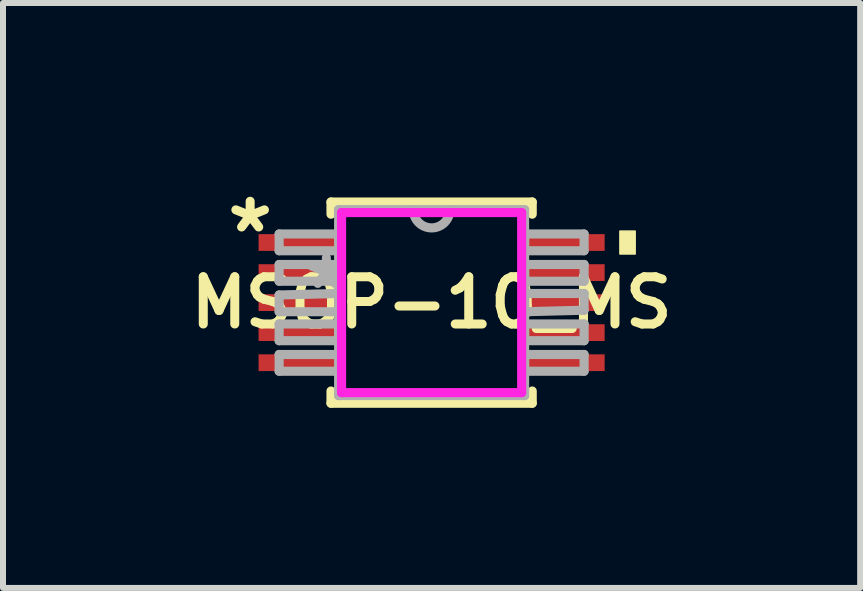
<source format=kicad_pcb>
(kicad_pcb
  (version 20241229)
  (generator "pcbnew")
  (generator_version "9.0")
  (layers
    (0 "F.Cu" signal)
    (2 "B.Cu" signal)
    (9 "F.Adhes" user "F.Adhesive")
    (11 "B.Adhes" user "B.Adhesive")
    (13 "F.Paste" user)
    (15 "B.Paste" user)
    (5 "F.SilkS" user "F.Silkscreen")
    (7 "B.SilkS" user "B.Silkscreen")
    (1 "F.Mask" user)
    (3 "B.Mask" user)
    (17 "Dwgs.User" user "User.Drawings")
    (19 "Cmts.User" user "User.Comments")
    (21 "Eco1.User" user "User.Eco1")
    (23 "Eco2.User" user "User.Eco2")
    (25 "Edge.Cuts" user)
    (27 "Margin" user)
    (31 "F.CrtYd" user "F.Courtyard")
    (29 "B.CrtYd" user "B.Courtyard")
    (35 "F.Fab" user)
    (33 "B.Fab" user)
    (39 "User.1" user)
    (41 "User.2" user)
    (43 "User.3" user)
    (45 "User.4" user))
  (footprint "MSOP-10_MS"
    (layer "F.Cu")
    (at 4.14 1.991)
    (property "Reference" "MSOP-10_MS" (at 0 0 0) (layer "F.SilkS") (effects (font (size 0.787 0.787) (thickness 0.15))))
    (attr smd)
    (fp_line (start -1.676 -1.676) (end -1.676 -1.473) (stroke (width 0.152) (type solid)) (layer "F.SilkS"))
    (fp_line (start -1.676 1.473) (end -1.676 1.676) (stroke (width 0.152) (type solid)) (layer "F.SilkS"))
    (fp_line (start -1.676 1.676) (end 1.676 1.676) (stroke (width 0.152) (type solid)) (layer "F.SilkS"))
    (fp_line (start 1.676 -1.676) (end -1.676 -1.676) (stroke (width 0.152) (type solid)) (layer "F.SilkS"))
    (fp_line (start 1.676 -1.473) (end 1.676 -1.676) (stroke (width 0.152) (type solid)) (layer "F.SilkS"))
    (fp_line (start 1.676 1.676) (end 1.676 1.473) (stroke (width 0.152) (type solid)) (layer "F.SilkS"))
    (fp_poly (pts (xy 3.391 -1.191) (xy 3.391 -0.81) (xy 3.137 -0.81) (xy 3.137 -1.191)) (stroke (width 0.025) (type solid)) (fill yes) (layer "F.SilkS"))
    (fp_line (start -1.5 -1.5) (end -1.5 1.5) (stroke (width 0.152) (type solid)) (layer "F.CrtYd"))
    (fp_line (start 1.5 -1.5) (end -1.5 -1.5) (stroke (width 0.152) (type solid)) (layer "F.CrtYd"))
    (fp_line (start 1.5 -1.5) (end 1.5 1.5) (stroke (width 0.152) (type solid)) (layer "F.CrtYd"))
    (fp_line (start 1.5 1.5) (end -1.5 1.5) (stroke (width 0.152) (type solid)) (layer "F.CrtYd"))
    (fp_line (start -2.54 -1.143) (end -2.54 -0.864) (stroke (width 0.152) (type solid)) (layer "F.Fab"))
    (fp_line (start -2.54 -0.864) (end -1.549 -0.864) (stroke (width 0.152) (type solid)) (layer "F.Fab"))
    (fp_line (start -2.54 -0.635) (end -2.54 -0.356) (stroke (width 0.152) (type solid)) (layer "F.Fab"))
    (fp_line (start -2.54 -0.356) (end -1.549 -0.356) (stroke (width 0.152) (type solid)) (layer "F.Fab"))
    (fp_line (start -2.54 -0.127) (end -2.54 0.152) (stroke (width 0.152) (type solid)) (layer "F.Fab"))
    (fp_line (start -2.54 0.152) (end -1.549 0.152) (stroke (width 0.152) (type solid)) (layer "F.Fab"))
    (fp_line (start -2.54 0.356) (end -2.54 0.635) (stroke (width 0.152) (type solid)) (layer "F.Fab"))
    (fp_line (start -2.54 0.635) (end -1.549 0.635) (stroke (width 0.152) (type solid)) (layer "F.Fab"))
    (fp_line (start -2.54 0.864) (end -2.54 1.143) (stroke (width 0.152) (type solid)) (layer "F.Fab"))
    (fp_line (start -2.54 1.143) (end -1.549 1.143) (stroke (width 0.152) (type solid)) (layer "F.Fab"))
    (fp_line (start -1.549 -1.549) (end -1.549 1.549) (stroke (width 0.152) (type solid)) (layer "F.Fab"))
    (fp_line (start -1.549 -1.143) (end -2.54 -1.143) (stroke (width 0.152) (type solid)) (layer "F.Fab"))
    (fp_line (start -1.549 -0.864) (end -1.549 -1.143) (stroke (width 0.152) (type solid)) (layer "F.Fab"))
    (fp_line (start -1.549 -0.635) (end -2.54 -0.635) (stroke (width 0.152) (type solid)) (layer "F.Fab"))
    (fp_line (start -1.549 -0.356) (end -1.549 -0.635) (stroke (width 0.152) (type solid)) (layer "F.Fab"))
    (fp_line (start -1.549 -0.152) (end -2.54 -0.127) (stroke (width 0.152) (type solid)) (layer "F.Fab"))
    (fp_line (start -1.549 0.152) (end -1.549 -0.152) (stroke (width 0.152) (type solid)) (layer "F.Fab"))
    (fp_line (start -1.549 0.356) (end -2.54 0.356) (stroke (width 0.152) (type solid)) (layer "F.Fab"))
    (fp_line (start -1.549 0.635) (end -1.549 0.356) (stroke (width 0.152) (type solid)) (layer "F.Fab"))
    (fp_line (start -1.549 0.864) (end -2.54 0.864) (stroke (width 0.152) (type solid)) (layer "F.Fab"))
    (fp_line (start -1.549 1.143) (end -1.549 0.864) (stroke (width 0.152) (type solid)) (layer "F.Fab"))
    (fp_line (start -1.549 1.549) (end 1.549 1.549) (stroke (width 0.152) (type solid)) (layer "F.Fab"))
    (fp_line (start -0.305 -1.549) (end -1.549 -1.549) (stroke (width 0.152) (type solid)) (layer "F.Fab"))
    (fp_line (start 0.305 -1.549) (end -0.305 -1.549) (stroke (width 0.152) (type solid)) (layer "F.Fab"))
    (fp_line (start 1.549 -1.549) (end 0.305 -1.549) (stroke (width 0.152) (type solid)) (layer "F.Fab"))
    (fp_line (start 1.549 -1.143) (end 1.549 -0.864) (stroke (width 0.152) (type solid)) (layer "F.Fab"))
    (fp_line (start 1.549 -0.864) (end 2.54 -0.864) (stroke (width 0.152) (type solid)) (layer "F.Fab"))
    (fp_line (start 1.549 -0.635) (end 1.549 -0.356) (stroke (width 0.152) (type solid)) (layer "F.Fab"))
    (fp_line (start 1.549 -0.356) (end 2.54 -0.356) (stroke (width 0.152) (type solid)) (layer "F.Fab"))
    (fp_line (start 1.549 -0.152) (end 1.549 0.152) (stroke (width 0.152) (type solid)) (layer "F.Fab"))
    (fp_line (start 1.549 0.152) (end 2.54 0.127) (stroke (width 0.152) (type solid)) (layer "F.Fab"))
    (fp_line (start 1.549 0.356) (end 1.549 0.635) (stroke (width 0.152) (type solid)) (layer "F.Fab"))
    (fp_line (start 1.549 0.635) (end 2.54 0.635) (stroke (width 0.152) (type solid)) (layer "F.Fab"))
    (fp_line (start 1.549 0.864) (end 1.549 1.143) (stroke (width 0.152) (type solid)) (layer "F.Fab"))
    (fp_line (start 1.549 1.143) (end 2.54 1.143) (stroke (width 0.152) (type solid)) (layer "F.Fab"))
    (fp_line (start 1.549 1.549) (end 1.549 -1.549) (stroke (width 0.152) (type solid)) (layer "F.Fab"))
    (fp_line (start 2.54 -1.143) (end 1.549 -1.143) (stroke (width 0.152) (type solid)) (layer "F.Fab"))
    (fp_line (start 2.54 -0.864) (end 2.54 -1.143) (stroke (width 0.152) (type solid)) (layer "F.Fab"))
    (fp_line (start 2.54 -0.635) (end 1.549 -0.635) (stroke (width 0.152) (type solid)) (layer "F.Fab"))
    (fp_line (start 2.54 -0.356) (end 2.54 -0.635) (stroke (width 0.152) (type solid)) (layer "F.Fab"))
    (fp_line (start 2.54 -0.152) (end 1.549 -0.152) (stroke (width 0.152) (type solid)) (layer "F.Fab"))
    (fp_line (start 2.54 0.127) (end 2.54 -0.152) (stroke (width 0.152) (type solid)) (layer "F.Fab"))
    (fp_line (start 2.54 0.356) (end 1.549 0.356) (stroke (width 0.152) (type solid)) (layer "F.Fab"))
    (fp_line (start 2.54 0.635) (end 2.54 0.356) (stroke (width 0.152) (type solid)) (layer "F.Fab"))
    (fp_line (start 2.54 0.864) (end 1.549 0.864) (stroke (width 0.152) (type solid)) (layer "F.Fab"))
    (fp_line (start 2.54 1.143) (end 2.54 0.864) (stroke (width 0.152) (type solid)) (layer "F.Fab"))
    (fp_arc (start 0.3048 -1.5494) (mid 0 -1.2446) (end -0.3048 -1.5494) (stroke (width 0.1524) (type solid)) (layer "F.Fab"))
    (fp_text user "*" (at -3.023 -1.143 0) (layer "F.SilkS") (effects (font (size 1 1) (thickness 0.15))))
    (fp_text user "*" (at -1.753 -0.203 0) (layer "F.Fab") (effects (font (size 1 1) (thickness 0.15))))
    (pad "1" smd rect (at -2.184 -1.001) (size 1.397 0.279) (layers "F.Cu" "F.Mask" "F.Paste"))
    (pad "2" smd rect (at -2.184 -0.5) (size 1.397 0.279) (layers "F.Cu" "F.Mask" "F.Paste"))
    (pad "3" smd rect (at -2.184 0) (size 1.397 0.279) (layers "F.Cu" "F.Mask" "F.Paste"))
    (pad "4" smd rect (at -2.184 0.5) (size 1.397 0.279) (layers "F.Cu" "F.Mask" "F.Paste"))
    (pad "5" smd rect (at -2.184 1.001) (size 1.397 0.279) (layers "F.Cu" "F.Mask" "F.Paste"))
    (pad "6" smd rect (at 2.184 1.001) (size 1.397 0.279) (layers "F.Cu" "F.Mask" "F.Paste"))
    (pad "7" smd rect (at 2.184 0.5) (size 1.397 0.279) (layers "F.Cu" "F.Mask" "F.Paste"))
    (pad "8" smd rect (at 2.184 0) (size 1.397 0.279) (layers "F.Cu" "F.Mask" "F.Paste"))
    (pad "9" smd rect (at 2.184 -0.5) (size 1.397 0.279) (layers "F.Cu" "F.Mask" "F.Paste"))
    (pad "10" smd rect (at 2.184 -1.001) (size 1.397 0.279) (layers "F.Cu" "F.Mask" "F.Paste")))
  (gr_rect
    (start -3 -3)
    (end 11.279 6.744)
    (stroke (width 0.1) (type default))
    (fill no)
    (layer "Edge.Cuts")))
</source>
